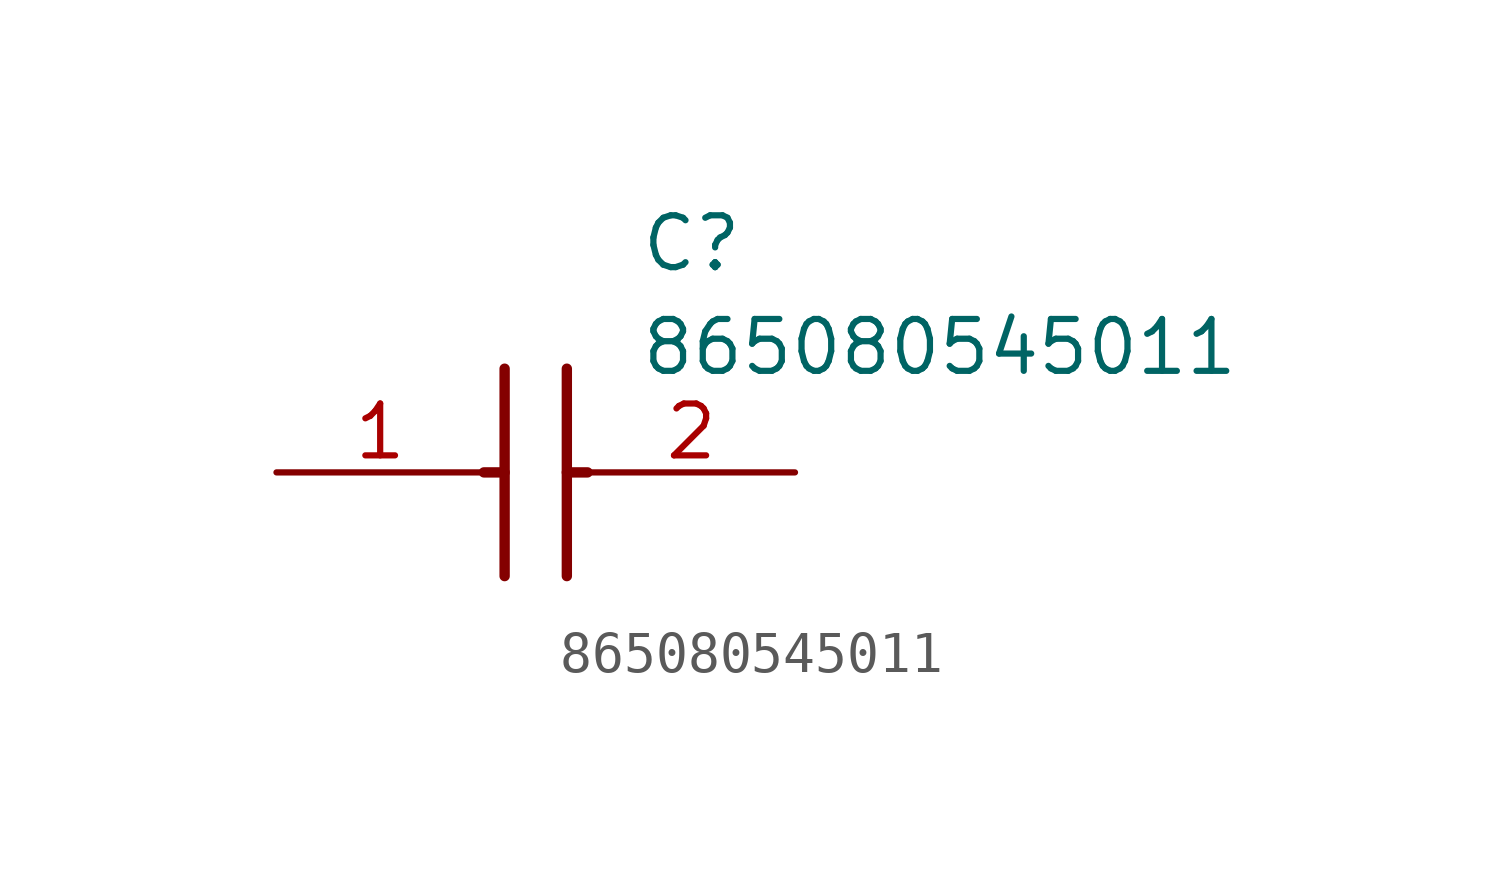
<source format=kicad_sym>
(kicad_symbol_lib
  (version 20211014)
  (generator SamacSys_ECAD_Model)
  (symbol "865080545011"
    (pin_names hide)
    (property "Reference" "C"
      (at 8.89 6.35 0)
      (effects (font (size 1.27 1.27)) (justify left top)))
    (property "Value" "865080545011"
      (at 8.89 3.81 0)
      (effects (font (size 1.27 1.27)) (justify left top)))
    (polyline
      (pts (xy 5.588 2.54) (xy 5.588 -2.54))
      (stroke (width 0.254) (type default))
      (fill (type none)))
    (polyline
      (pts (xy 7.112 2.54) (xy 7.112 -2.54))
      (stroke (width 0.254) (type default))
      (fill (type none)))
    (polyline
      (pts (xy 5.08 0) (xy 5.588 0))
      (stroke (width 0.254) (type default))
      (fill (type none)))
    (polyline
      (pts (xy 7.112 0) (xy 7.62 0))
      (stroke (width 0.254) (type default))
      (fill (type none)))
    (pin passive line
      (at 0 0 0)
      (length 5.08)
      (name "+" (effects (font (size 1.27 1.27))))
      (number "1" (effects (font (size 1.27 1.27)))))
    (pin passive line
      (at 12.7 0 180)
      (length 5.08)
      (name "-" (effects (font (size 1.27 1.27))))
      (number "2" (effects (font (size 1.27 1.27)))))))
</source>
